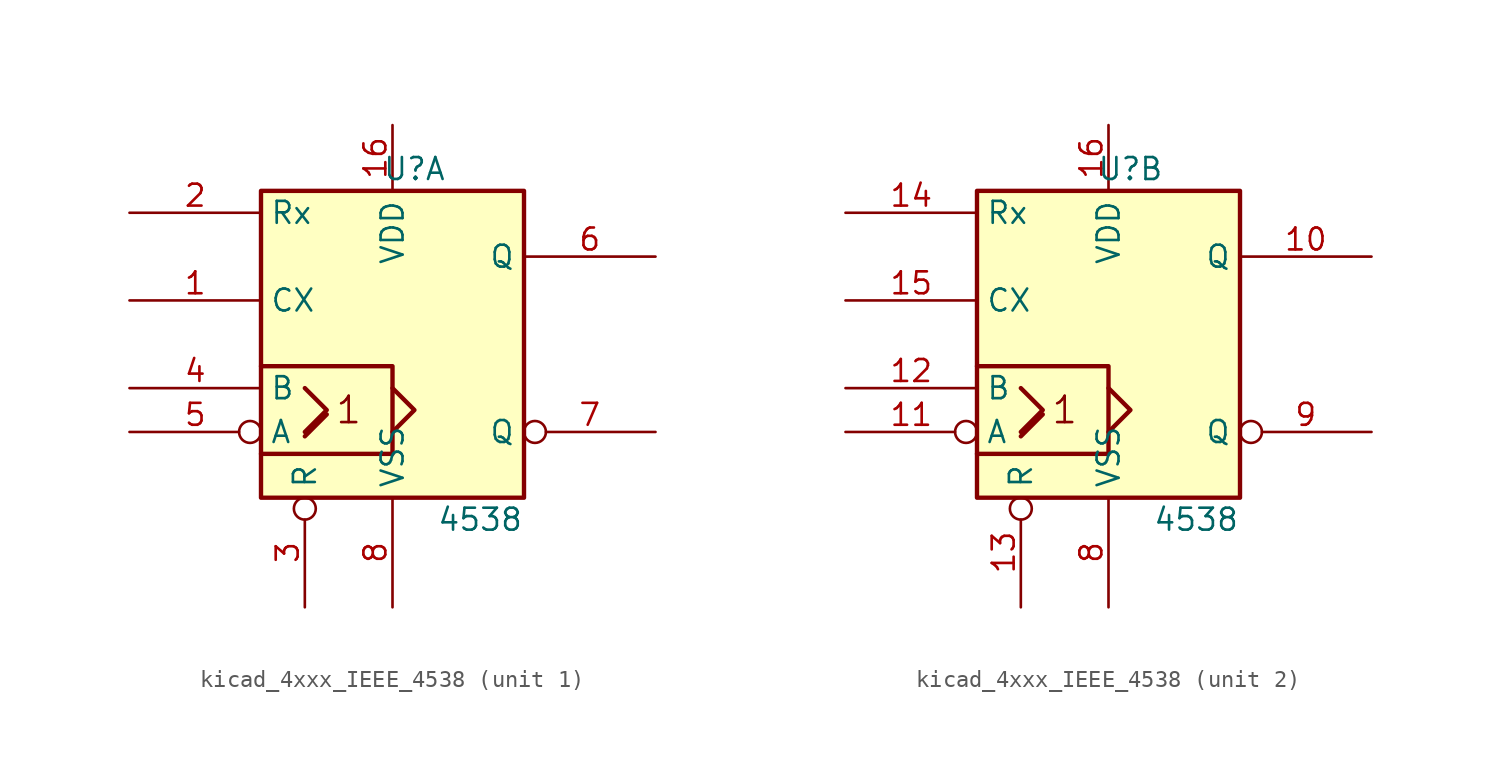
<source format=kicad_sym>
(kicad_symbol_lib
  (version 20220914)
  (generator kicad_symbol_editor)
  (symbol "kicad_4xxx_IEEE_4538"
    (property "Reference" "U"
      (at 1.27 10.16 0)
      (effects (font (size 1.27 1.27))))
    (property "Value" "4538"
      (at 5.08 -10.16 0)
      (effects (font (size 1.27 1.27))))
    (symbol "kicad_4xxx_IEEE_4538_0_0"
      (polyline (pts (xy -5.08 -5.334) (xy -3.81 -4.064) (xy -3.81 -4.064)) (stroke (width 0.254) (type default)) (fill (type background)))
      (polyline (pts (xy -5.08 -2.54) (xy -3.81 -3.81) (xy -5.08 -5.08) (xy -5.08 -5.08)) (stroke (width 0.254) (type default)) (fill (type background)))
      (polyline (pts (xy 0 -2.54) (xy 1.27 -3.81) (xy 0 -5.08) (xy 0 -5.08)) (stroke (width 0.254) (type default)) (fill (type background)))
      (polyline (pts (xy -7.62 -1.27) (xy 0 -1.27) (xy 0 -6.35) (xy -7.62 -6.35) (xy -7.62 -6.35)) (stroke (width 0.254) (type default)) (fill (type background)))
      (text "1" (at -2.54 -3.81 0) (effects (font (size 1.524 1.524)))))
    (symbol "kicad_4xxx_IEEE_4538_0_1"
      (rectangle (start -7.62 8.89) (end 7.62 -8.89) (stroke (width 0.254) (type default)) (fill (type background))))
    (symbol "kicad_4xxx_IEEE_4538_1_1"
      (pin input line (at -15.24 2.54 0) (length 7.62) (name "CX" (effects (font (size 1.27 1.27)))) (number "1" (effects (font (size 1.27 1.27)))))
      (pin power_in line (at 0 12.7 270) (length 3.81) (name "VDD" (effects (font (size 1.27 1.27)))) (number "16" (effects (font (size 1.27 1.27)))))
      (pin input line (at -15.24 7.62 0) (length 7.62) (name "Rx" (effects (font (size 1.27 1.27)))) (number "2" (effects (font (size 1.27 1.27)))))
      (pin input inverted (at -5.08 -15.24 90) (length 6.35) (name "R" (effects (font (size 1.27 1.27)))) (number "3" (effects (font (size 1.27 1.27)))))
      (pin input line (at -15.24 -2.54 0) (length 7.62) (name "B" (effects (font (size 1.27 1.27)))) (number "4" (effects (font (size 1.27 1.27)))))
      (pin input inverted (at -15.24 -5.08 0) (length 7.62) (name "A" (effects (font (size 1.27 1.27)))) (number "5" (effects (font (size 1.27 1.27)))))
      (pin output line (at 15.24 5.08 180) (length 7.62) (name "Q" (effects (font (size 1.27 1.27)))) (number "6" (effects (font (size 1.27 1.27)))))
      (pin output inverted (at 15.24 -5.08 180) (length 7.62) (name "Q" (effects (font (size 1.27 1.27)))) (number "7" (effects (font (size 1.27 1.27)))))
      (pin power_in line (at 0 -15.24 90) (length 6.35) (name "VSS" (effects (font (size 1.27 1.27)))) (number "8" (effects (font (size 1.27 1.27))))))
    (symbol "kicad_4xxx_IEEE_4538_2_1"
      (pin output line (at 15.24 5.08 180) (length 7.62) (name "Q" (effects (font (size 1.27 1.27)))) (number "10" (effects (font (size 1.27 1.27)))))
      (pin input inverted (at -15.24 -5.08 0) (length 7.62) (name "A" (effects (font (size 1.27 1.27)))) (number "11" (effects (font (size 1.27 1.27)))))
      (pin input line (at -15.24 -2.54 0) (length 7.62) (name "B" (effects (font (size 1.27 1.27)))) (number "12" (effects (font (size 1.27 1.27)))))
      (pin input inverted (at -5.08 -15.24 90) (length 6.35) (name "R" (effects (font (size 1.27 1.27)))) (number "13" (effects (font (size 1.27 1.27)))))
      (pin input line (at -15.24 7.62 0) (length 7.62) (name "Rx" (effects (font (size 1.27 1.27)))) (number "14" (effects (font (size 1.27 1.27)))))
      (pin input line (at -15.24 2.54 0) (length 7.62) (name "CX" (effects (font (size 1.27 1.27)))) (number "15" (effects (font (size 1.27 1.27)))))
      (pin power_in line (at 0 12.7 270) (length 3.81) (name "VDD" (effects (font (size 1.27 1.27)))) (number "16" (effects (font (size 1.27 1.27)))))
      (pin power_in line (at 0 -15.24 90) (length 6.35) (name "VSS" (effects (font (size 1.27 1.27)))) (number "8" (effects (font (size 1.27 1.27)))))
      (pin output inverted (at 15.24 -5.08 180) (length 7.62) (name "Q" (effects (font (size 1.27 1.27)))) (number "9" (effects (font (size 1.27 1.27))))))))
</source>
